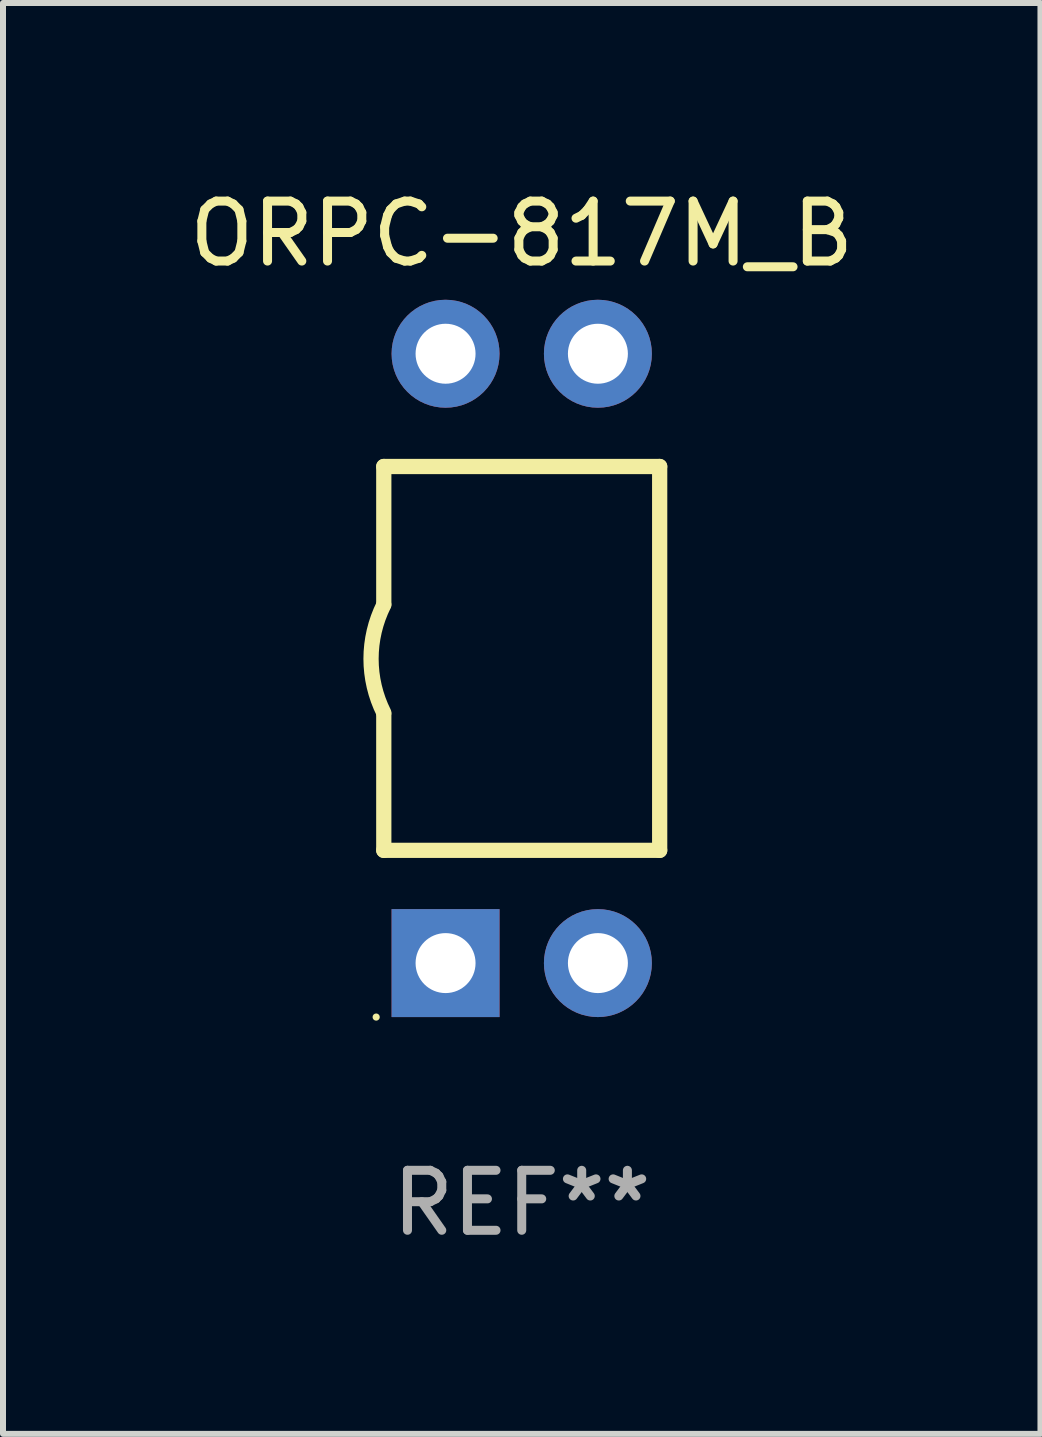
<source format=kicad_pcb>
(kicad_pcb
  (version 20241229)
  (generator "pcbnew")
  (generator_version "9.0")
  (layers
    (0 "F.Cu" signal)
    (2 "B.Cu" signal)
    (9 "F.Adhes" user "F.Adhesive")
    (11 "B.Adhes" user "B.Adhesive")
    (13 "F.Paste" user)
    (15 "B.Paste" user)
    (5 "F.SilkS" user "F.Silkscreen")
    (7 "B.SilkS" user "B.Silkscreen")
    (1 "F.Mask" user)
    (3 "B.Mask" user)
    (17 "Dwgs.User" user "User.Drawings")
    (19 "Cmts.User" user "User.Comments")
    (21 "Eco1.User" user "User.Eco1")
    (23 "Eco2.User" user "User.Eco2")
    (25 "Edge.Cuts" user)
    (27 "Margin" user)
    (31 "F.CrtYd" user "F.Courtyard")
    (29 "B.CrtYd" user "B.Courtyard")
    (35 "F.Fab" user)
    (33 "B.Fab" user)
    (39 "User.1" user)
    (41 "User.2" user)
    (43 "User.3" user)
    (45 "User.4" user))
  (footprint "ORPC-817M_B"
    (layer "F.Cu")
    (at 5.649 7.928)
    (property "Reference" "ORPC-817M_B" (at 0 -7.08 0) (layer "F.SilkS") (effects (font (size 1 1) (thickness 0.15))))
    (attr through_hole)
    (fp_line (start -2.3 -3.2) (end 2.3 -3.2) (stroke (width 0.254) (type solid)) (layer "F.SilkS"))
    (fp_line (start -2.3 -0.902) (end -2.3 -3.2) (stroke (width 0.254) (type solid)) (layer "F.SilkS"))
    (fp_line (start -2.3 3.2) (end -2.3 0.928) (stroke (width 0.254) (type solid)) (layer "F.SilkS"))
    (fp_line (start -2.3 3.2) (end 2.3 3.2) (stroke (width 0.254) (type solid)) (layer "F.SilkS"))
    (fp_line (start 2.3 3.2) (end 2.3 -3.2) (stroke (width 0.254) (type solid)) (layer "F.SilkS"))
    (fp_arc (start -2.3 0.907036) (mid -2.512563 0.006604) (end -2.3 -0.893828) (stroke (width 0.254001) (type solid)) (layer "F.SilkS"))
    (fp_circle (center -2.427 5.98) (end -2.397 5.98) (stroke (width 0.06) (type solid)) (fill no) (layer "F.SilkS"))
    (fp_text user "REF**" (at 0 9.08 0) (layer "F.Fab") (effects (font (size 1 1) (thickness 0.15))))
    (pad "1" thru_hole rect (at -1.27 5.08 90) (size 1.8 1.8) (drill 1) (layers "*.Cu" "*.Mask"))
    (pad "2" thru_hole circle (at 1.27 5.08) (size 1.8 1.8) (drill 1) (layers "*.Cu" "*.Mask"))
    (pad "3" thru_hole circle (at 1.27 -5.08) (size 1.8 1.8) (drill 1) (layers "*.Cu" "*.Mask"))
    (pad "4" thru_hole circle (at -1.27 -5.08) (size 1.8 1.8) (drill 1) (layers "*.Cu" "*.Mask")))
  (gr_rect
    (start -3 -3)
    (end 14.298 20.857)
    (stroke (width 0.1) (type default))
    (fill no)
    (layer "Edge.Cuts")))
</source>
